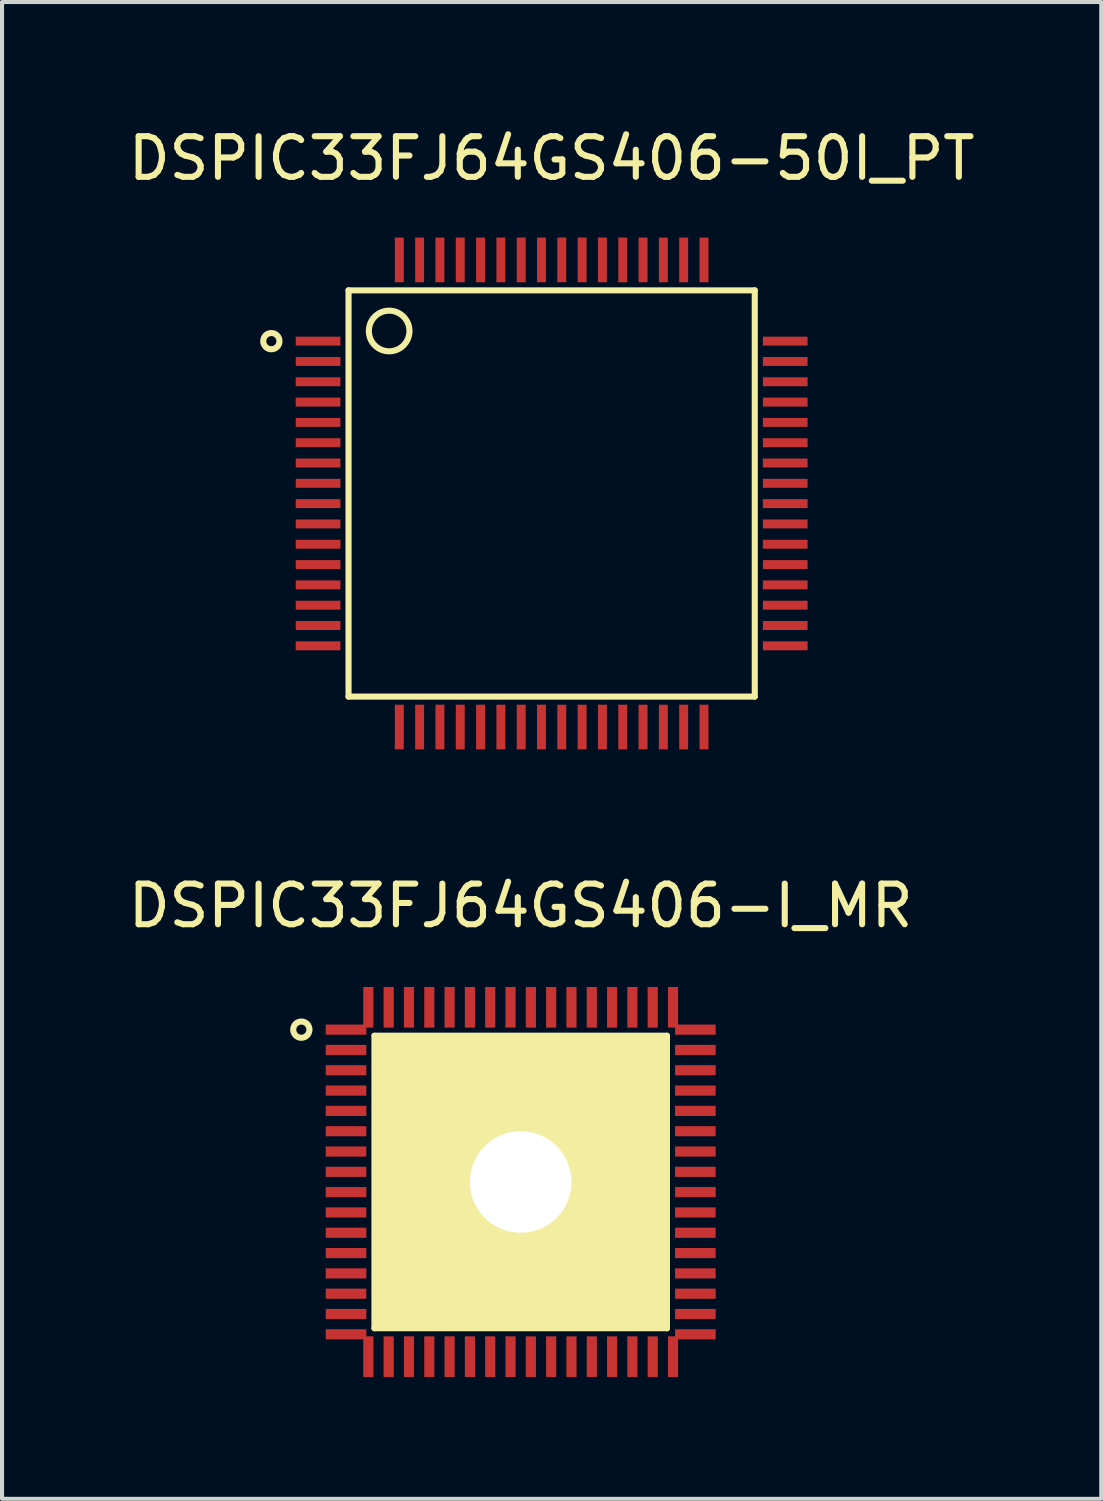
<source format=kicad_pcb>
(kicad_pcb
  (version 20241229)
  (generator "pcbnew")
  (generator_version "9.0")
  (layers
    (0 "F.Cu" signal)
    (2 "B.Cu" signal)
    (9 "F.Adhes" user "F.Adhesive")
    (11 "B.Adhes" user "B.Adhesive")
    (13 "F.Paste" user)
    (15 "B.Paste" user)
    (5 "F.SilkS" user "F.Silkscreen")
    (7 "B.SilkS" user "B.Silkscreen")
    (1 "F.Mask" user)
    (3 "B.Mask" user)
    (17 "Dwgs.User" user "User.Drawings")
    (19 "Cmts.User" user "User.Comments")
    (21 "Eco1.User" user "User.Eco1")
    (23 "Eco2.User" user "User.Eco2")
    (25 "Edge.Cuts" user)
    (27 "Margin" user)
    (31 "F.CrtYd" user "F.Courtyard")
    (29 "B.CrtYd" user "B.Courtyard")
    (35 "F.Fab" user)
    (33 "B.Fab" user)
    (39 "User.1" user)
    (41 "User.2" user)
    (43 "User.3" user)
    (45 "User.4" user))
  (footprint "DSPIC33FJ64GS406-I_MR"
    (layer "F.Cu")
    (at 5.468 21.747)
    (property "Reference" "DSPIC33FJ64GS406-I_MR" (at 4.3 -2.5 0) (layer "F.SilkS") (effects (font (size 1 1) (thickness 0.15))))
    (attr through_hole)
    (fp_line (start 0.7 0.7) (end 0.7 7.9) (stroke (width 0.15) (type solid)) (layer "F.SilkS"))
    (fp_line (start 0.7 0.7) (end 7.9 0.7) (stroke (width 0.15) (type solid)) (layer "F.SilkS"))
    (fp_line (start 0.7 7.9) (end 7.9 7.9) (stroke (width 0.15) (type solid)) (layer "F.SilkS"))
    (fp_line (start 7.9 7.9) (end 7.9 0.7) (stroke (width 0.15) (type solid)) (layer "F.SilkS"))
    (fp_circle (center -1.1 0.55) (end -1.1 0.35) (stroke (width 0.15) (type solid)) (fill no) (layer "F.SilkS"))
    (fp_circle (center 1.7 1.7) (end 1.7 1.2) (stroke (width 0.15) (type solid)) (fill no) (layer "F.SilkS"))
    (pad "1" smd rect (at 0 0.55) (size 1 0.25) (layers "F.Cu" "F.Mask" "F.Paste"))
    (pad "2" smd rect (at 0 1.05) (size 1 0.25) (layers "F.Cu" "F.Mask" "F.Paste"))
    (pad "3" smd rect (at 0 1.55) (size 1 0.25) (layers "F.Cu" "F.Mask" "F.Paste"))
    (pad "4" smd rect (at 0 2.05) (size 1 0.25) (layers "F.Cu" "F.Mask" "F.Paste"))
    (pad "5" smd rect (at 0 2.55) (size 1 0.25) (layers "F.Cu" "F.Mask" "F.Paste"))
    (pad "6" smd rect (at 0 3.05) (size 1 0.25) (layers "F.Cu" "F.Mask" "F.Paste"))
    (pad "7" smd rect (at 0 3.55) (size 1 0.25) (layers "F.Cu" "F.Mask" "F.Paste"))
    (pad "8" smd rect (at 0 4.05) (size 1 0.25) (layers "F.Cu" "F.Mask" "F.Paste"))
    (pad "9" smd rect (at 0 4.55) (size 1 0.25) (layers "F.Cu" "F.Mask" "F.Paste"))
    (pad "10" smd rect (at 0 5.05) (size 1 0.25) (layers "F.Cu" "F.Mask" "F.Paste"))
    (pad "11" smd rect (at 0 5.55) (size 1 0.25) (layers "F.Cu" "F.Mask" "F.Paste"))
    (pad "12" smd rect (at 0 6.05) (size 1 0.25) (layers "F.Cu" "F.Mask" "F.Paste"))
    (pad "13" smd rect (at 0 6.55) (size 1 0.25) (layers "F.Cu" "F.Mask" "F.Paste"))
    (pad "14" smd rect (at 0 7.05) (size 1 0.25) (layers "F.Cu" "F.Mask" "F.Paste"))
    (pad "15" smd rect (at 0 7.55) (size 1 0.25) (layers "F.Cu" "F.Mask" "F.Paste"))
    (pad "16" smd rect (at 0 8.05) (size 1 0.25) (layers "F.Cu" "F.Mask" "F.Paste"))
    (pad "17" smd rect (at 0.55 8.6) (size 0.25 1) (layers "F.Cu" "F.Mask" "F.Paste"))
    (pad "18" smd rect (at 1.05 8.6) (size 0.25 1) (layers "F.Cu" "F.Mask" "F.Paste"))
    (pad "19" smd rect (at 1.55 8.6) (size 0.25 1) (layers "F.Cu" "F.Mask" "F.Paste"))
    (pad "20" smd rect (at 2.05 8.6) (size 0.25 1) (layers "F.Cu" "F.Mask" "F.Paste"))
    (pad "21" smd rect (at 2.55 8.6) (size 0.25 1) (layers "F.Cu" "F.Mask" "F.Paste"))
    (pad "22" smd rect (at 3.05 8.6) (size 0.25 1) (layers "F.Cu" "F.Mask" "F.Paste"))
    (pad "23" smd rect (at 3.55 8.6) (size 0.25 1) (layers "F.Cu" "F.Mask" "F.Paste"))
    (pad "24" smd rect (at 4.05 8.6) (size 0.25 1) (layers "F.Cu" "F.Mask" "F.Paste"))
    (pad "25" smd rect (at 4.55 8.6) (size 0.25 1) (layers "F.Cu" "F.Mask" "F.Paste"))
    (pad "26" smd rect (at 5.05 8.6) (size 0.25 1) (layers "F.Cu" "F.Mask" "F.Paste"))
    (pad "27" smd rect (at 5.55 8.6) (size 0.25 1) (layers "F.Cu" "F.Mask" "F.Paste"))
    (pad "28" smd rect (at 6.05 8.6) (size 0.25 1) (layers "F.Cu" "F.Mask" "F.Paste"))
    (pad "29" smd rect (at 6.55 8.6) (size 0.25 1) (layers "F.Cu" "F.Mask" "F.Paste"))
    (pad "30" smd rect (at 7.05 8.6) (size 0.25 1) (layers "F.Cu" "F.Mask" "F.Paste"))
    (pad "31" smd rect (at 7.55 8.6) (size 0.25 1) (layers "F.Cu" "F.Mask" "F.Paste"))
    (pad "32" smd rect (at 8.05 8.6) (size 0.25 1) (layers "F.Cu" "F.Mask" "F.Paste"))
    (pad "33" smd rect (at 8.6 8.05) (size 1 0.25) (layers "F.Cu" "F.Mask" "F.Paste"))
    (pad "34" smd rect (at 8.6 7.55) (size 1 0.25) (layers "F.Cu" "F.Mask" "F.Paste"))
    (pad "35" smd rect (at 8.6 7.05) (size 1 0.25) (layers "F.Cu" "F.Mask" "F.Paste"))
    (pad "36" smd rect (at 8.6 6.55) (size 1 0.25) (layers "F.Cu" "F.Mask" "F.Paste"))
    (pad "37" smd rect (at 8.6 6.05) (size 1 0.25) (layers "F.Cu" "F.Mask" "F.Paste"))
    (pad "38" smd rect (at 8.6 5.55) (size 1 0.25) (layers "F.Cu" "F.Mask" "F.Paste"))
    (pad "39" smd rect (at 8.6 5.05) (size 1 0.25) (layers "F.Cu" "F.Mask" "F.Paste"))
    (pad "40" smd rect (at 8.6 4.55) (size 1 0.25) (layers "F.Cu" "F.Mask" "F.Paste"))
    (pad "41" smd rect (at 8.6 4.05) (size 1 0.25) (layers "F.Cu" "F.Mask" "F.Paste"))
    (pad "42" smd rect (at 8.6 3.55) (size 1 0.25) (layers "F.Cu" "F.Mask" "F.Paste"))
    (pad "43" smd rect (at 8.6 3.05) (size 1 0.25) (layers "F.Cu" "F.Mask" "F.Paste"))
    (pad "44" smd rect (at 8.6 2.55) (size 1 0.25) (layers "F.Cu" "F.Mask" "F.Paste"))
    (pad "45" smd rect (at 8.6 2.05) (size 1 0.25) (layers "F.Cu" "F.Mask" "F.Paste"))
    (pad "46" smd rect (at 8.6 1.55) (size 1 0.25) (layers "F.Cu" "F.Mask" "F.Paste"))
    (pad "47" smd rect (at 8.6 1.05) (size 1 0.25) (layers "F.Cu" "F.Mask" "F.Paste"))
    (pad "48" smd rect (at 8.6 0.55) (size 1 0.25) (layers "F.Cu" "F.Mask" "F.Paste"))
    (pad "49" smd rect (at 8.05 0) (size 0.25 1) (layers "F.Cu" "F.Mask" "F.Paste"))
    (pad "50" smd rect (at 7.55 0) (size 0.25 1) (layers "F.Cu" "F.Mask" "F.Paste"))
    (pad "51" smd rect (at 7.05 0) (size 0.25 1) (layers "F.Cu" "F.Mask" "F.Paste"))
    (pad "52" smd rect (at 6.55 0) (size 0.25 1) (layers "F.Cu" "F.Mask" "F.Paste"))
    (pad "53" smd rect (at 6.05 0) (size 0.25 1) (layers "F.Cu" "F.Mask" "F.Paste"))
    (pad "54" smd rect (at 5.55 0) (size 0.25 1) (layers "F.Cu" "F.Mask" "F.Paste"))
    (pad "55" smd rect (at 5.05 0) (size 0.25 1) (layers "F.Cu" "F.Mask" "F.Paste"))
    (pad "56" smd rect (at 4.55 0) (size 0.25 1) (layers "F.Cu" "F.Mask" "F.Paste"))
    (pad "57" smd rect (at 4.05 0) (size 0.25 1) (layers "F.Cu" "F.Mask" "F.Paste"))
    (pad "58" smd rect (at 3.55 0) (size 0.25 1) (layers "F.Cu" "F.Mask" "F.Paste"))
    (pad "59" smd rect (at 3.05 0) (size 0.25 1) (layers "F.Cu" "F.Mask" "F.Paste"))
    (pad "60" smd rect (at 2.55 0) (size 0.25 1) (layers "F.Cu" "F.Mask" "F.Paste"))
    (pad "61" smd rect (at 2.05 0) (size 0.25 1) (layers "F.Cu" "F.Mask" "F.Paste"))
    (pad "62" smd rect (at 1.55 0) (size 0.25 1) (layers "F.Cu" "F.Mask" "F.Paste"))
    (pad "63" smd rect (at 1.05 0) (size 0.25 1) (layers "F.Cu" "F.Mask" "F.Paste"))
    (pad "64" smd rect (at 0.55 0) (size 0.25 1) (layers "F.Cu" "F.Mask" "F.Paste"))
    (pad "999" thru_hole rect (at 4.3 4.3) (size 7.15 7.15) (drill 2.5) (layers "*.Cu" "*.Mask" "F.SilkS")))
  (footprint "DSPIC33FJ64GS406-50I_PT"
    (layer "F.Cu")
    (at 4.78 3.348)
    (property "Reference" "DSPIC33FJ64GS406-50I_PT" (at 5.75 -2.5 0) (layer "F.SilkS") (effects (font (size 1 1) (thickness 0.15))))
    (attr through_hole)
    (fp_line (start 0.75 0.75) (end 0.75 10.75) (stroke (width 0.15) (type solid)) (layer "F.SilkS"))
    (fp_line (start 0.75 0.75) (end 10.75 0.75) (stroke (width 0.15) (type solid)) (layer "F.SilkS"))
    (fp_line (start 0.75 10.75) (end 10.75 10.75) (stroke (width 0.15) (type solid)) (layer "F.SilkS"))
    (fp_line (start 10.75 10.75) (end 10.75 0.75) (stroke (width 0.15) (type solid)) (layer "F.SilkS"))
    (fp_circle (center -1.15 2) (end -1.15 1.8) (stroke (width 0.15) (type solid)) (fill no) (layer "F.SilkS"))
    (fp_circle (center 1.75 1.75) (end 1.75 1.25) (stroke (width 0.15) (type solid)) (fill no) (layer "F.SilkS"))
    (pad "1" smd rect (at 0 2) (size 1.1 0.22) (layers "F.Cu" "F.Mask" "F.Paste"))
    (pad "2" smd rect (at 0 2.5) (size 1.1 0.22) (layers "F.Cu" "F.Mask" "F.Paste"))
    (pad "3" smd rect (at 0 3) (size 1.1 0.22) (layers "F.Cu" "F.Mask" "F.Paste"))
    (pad "4" smd rect (at 0 3.5) (size 1.1 0.22) (layers "F.Cu" "F.Mask" "F.Paste"))
    (pad "5" smd rect (at 0 4) (size 1.1 0.22) (layers "F.Cu" "F.Mask" "F.Paste"))
    (pad "6" smd rect (at 0 4.5) (size 1.1 0.22) (layers "F.Cu" "F.Mask" "F.Paste"))
    (pad "7" smd rect (at 0 5) (size 1.1 0.22) (layers "F.Cu" "F.Mask" "F.Paste"))
    (pad "8" smd rect (at 0 5.5) (size 1.1 0.22) (layers "F.Cu" "F.Mask" "F.Paste"))
    (pad "9" smd rect (at 0 6) (size 1.1 0.22) (layers "F.Cu" "F.Mask" "F.Paste"))
    (pad "10" smd rect (at 0 6.5) (size 1.1 0.22) (layers "F.Cu" "F.Mask" "F.Paste"))
    (pad "11" smd rect (at 0 7) (size 1.1 0.22) (layers "F.Cu" "F.Mask" "F.Paste"))
    (pad "12" smd rect (at 0 7.5) (size 1.1 0.22) (layers "F.Cu" "F.Mask" "F.Paste"))
    (pad "13" smd rect (at 0 8) (size 1.1 0.22) (layers "F.Cu" "F.Mask" "F.Paste"))
    (pad "14" smd rect (at 0 8.5) (size 1.1 0.22) (layers "F.Cu" "F.Mask" "F.Paste"))
    (pad "15" smd rect (at 0 9) (size 1.1 0.22) (layers "F.Cu" "F.Mask" "F.Paste"))
    (pad "16" smd rect (at 0 9.5) (size 1.1 0.22) (layers "F.Cu" "F.Mask" "F.Paste"))
    (pad "17" smd rect (at 2 11.5) (size 0.22 1.1) (layers "F.Cu" "F.Mask" "F.Paste"))
    (pad "18" smd rect (at 2.5 11.5) (size 0.22 1.1) (layers "F.Cu" "F.Mask" "F.Paste"))
    (pad "19" smd rect (at 3 11.5) (size 0.22 1.1) (layers "F.Cu" "F.Mask" "F.Paste"))
    (pad "20" smd rect (at 3.5 11.5) (size 0.22 1.1) (layers "F.Cu" "F.Mask" "F.Paste"))
    (pad "21" smd rect (at 4 11.5) (size 0.22 1.1) (layers "F.Cu" "F.Mask" "F.Paste"))
    (pad "22" smd rect (at 4.5 11.5) (size 0.22 1.1) (layers "F.Cu" "F.Mask" "F.Paste"))
    (pad "23" smd rect (at 5 11.5) (size 0.22 1.1) (layers "F.Cu" "F.Mask" "F.Paste"))
    (pad "24" smd rect (at 5.5 11.5) (size 0.22 1.1) (layers "F.Cu" "F.Mask" "F.Paste"))
    (pad "25" smd rect (at 6 11.5) (size 0.22 1.1) (layers "F.Cu" "F.Mask" "F.Paste"))
    (pad "26" smd rect (at 6.5 11.5) (size 0.22 1.1) (layers "F.Cu" "F.Mask" "F.Paste"))
    (pad "27" smd rect (at 7 11.5) (size 0.22 1.1) (layers "F.Cu" "F.Mask" "F.Paste"))
    (pad "28" smd rect (at 7.5 11.5) (size 0.22 1.1) (layers "F.Cu" "F.Mask" "F.Paste"))
    (pad "29" smd rect (at 8 11.5) (size 0.22 1.1) (layers "F.Cu" "F.Mask" "F.Paste"))
    (pad "30" smd rect (at 8.5 11.5) (size 0.22 1.1) (layers "F.Cu" "F.Mask" "F.Paste"))
    (pad "31" smd rect (at 9 11.5) (size 0.22 1.1) (layers "F.Cu" "F.Mask" "F.Paste"))
    (pad "32" smd rect (at 9.5 11.5) (size 0.22 1.1) (layers "F.Cu" "F.Mask" "F.Paste"))
    (pad "33" smd rect (at 11.5 9.5) (size 1.1 0.22) (layers "F.Cu" "F.Mask" "F.Paste"))
    (pad "34" smd rect (at 11.5 9) (size 1.1 0.22) (layers "F.Cu" "F.Mask" "F.Paste"))
    (pad "35" smd rect (at 11.5 8.5) (size 1.1 0.22) (layers "F.Cu" "F.Mask" "F.Paste"))
    (pad "36" smd rect (at 11.5 8) (size 1.1 0.22) (layers "F.Cu" "F.Mask" "F.Paste"))
    (pad "37" smd rect (at 11.5 7.5) (size 1.1 0.22) (layers "F.Cu" "F.Mask" "F.Paste"))
    (pad "38" smd rect (at 11.5 7) (size 1.1 0.22) (layers "F.Cu" "F.Mask" "F.Paste"))
    (pad "39" smd rect (at 11.5 6.5) (size 1.1 0.22) (layers "F.Cu" "F.Mask" "F.Paste"))
    (pad "40" smd rect (at 11.5 6) (size 1.1 0.22) (layers "F.Cu" "F.Mask" "F.Paste"))
    (pad "41" smd rect (at 11.5 5.5) (size 1.1 0.22) (layers "F.Cu" "F.Mask" "F.Paste"))
    (pad "42" smd rect (at 11.5 5) (size 1.1 0.22) (layers "F.Cu" "F.Mask" "F.Paste"))
    (pad "43" smd rect (at 11.5 4.5) (size 1.1 0.22) (layers "F.Cu" "F.Mask" "F.Paste"))
    (pad "44" smd rect (at 11.5 4) (size 1.1 0.22) (layers "F.Cu" "F.Mask" "F.Paste"))
    (pad "45" smd rect (at 11.5 3.5) (size 1.1 0.22) (layers "F.Cu" "F.Mask" "F.Paste"))
    (pad "46" smd rect (at 11.5 3) (size 1.1 0.22) (layers "F.Cu" "F.Mask" "F.Paste"))
    (pad "47" smd rect (at 11.5 2.5) (size 1.1 0.22) (layers "F.Cu" "F.Mask" "F.Paste"))
    (pad "48" smd rect (at 11.5 2) (size 1.1 0.22) (layers "F.Cu" "F.Mask" "F.Paste"))
    (pad "49" smd rect (at 9.5 0) (size 0.22 1.1) (layers "F.Cu" "F.Mask" "F.Paste"))
    (pad "50" smd rect (at 9 0) (size 0.22 1.1) (layers "F.Cu" "F.Mask" "F.Paste"))
    (pad "51" smd rect (at 8.5 0) (size 0.22 1.1) (layers "F.Cu" "F.Mask" "F.Paste"))
    (pad "52" smd rect (at 8 0) (size 0.22 1.1) (layers "F.Cu" "F.Mask" "F.Paste"))
    (pad "53" smd rect (at 7.5 0) (size 0.22 1.1) (layers "F.Cu" "F.Mask" "F.Paste"))
    (pad "54" smd rect (at 7 0) (size 0.22 1.1) (layers "F.Cu" "F.Mask" "F.Paste"))
    (pad "55" smd rect (at 6.5 0) (size 0.22 1.1) (layers "F.Cu" "F.Mask" "F.Paste"))
    (pad "56" smd rect (at 6 0) (size 0.22 1.1) (layers "F.Cu" "F.Mask" "F.Paste"))
    (pad "57" smd rect (at 5.5 0) (size 0.22 1.1) (layers "F.Cu" "F.Mask" "F.Paste"))
    (pad "58" smd rect (at 5 0) (size 0.22 1.1) (layers "F.Cu" "F.Mask" "F.Paste"))
    (pad "59" smd rect (at 4.5 0) (size 0.22 1.1) (layers "F.Cu" "F.Mask" "F.Paste"))
    (pad "60" smd rect (at 4 0) (size 0.22 1.1) (layers "F.Cu" "F.Mask" "F.Paste"))
    (pad "61" smd rect (at 3.5 0) (size 0.22 1.1) (layers "F.Cu" "F.Mask" "F.Paste"))
    (pad "62" smd rect (at 3 0) (size 0.22 1.1) (layers "F.Cu" "F.Mask" "F.Paste"))
    (pad "63" smd rect (at 2.5 0) (size 0.22 1.1) (layers "F.Cu" "F.Mask" "F.Paste"))
    (pad "64" smd rect (at 2 0) (size 0.22 1.1) (layers "F.Cu" "F.Mask" "F.Paste")))
  (gr_rect
    (start -3 -3)
    (end 24.06 33.846)
    (stroke (width 0.1) (type default))
    (fill no)
    (layer "Edge.Cuts")))
</source>
